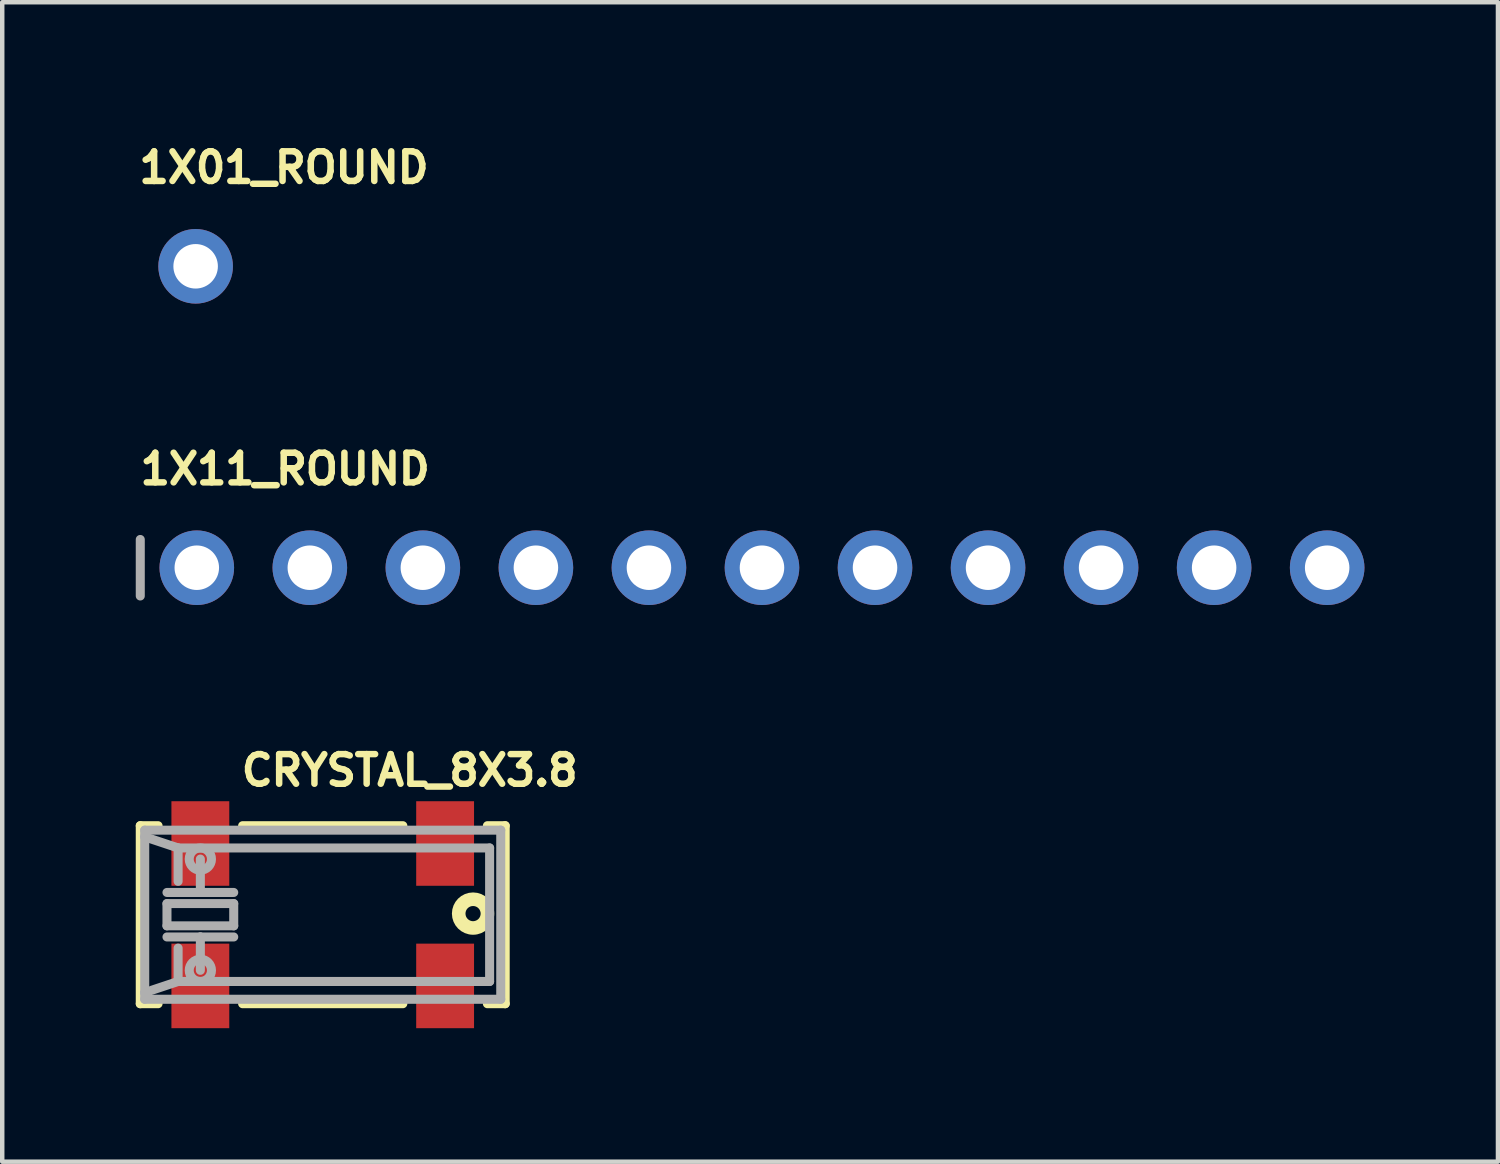
<source format=kicad_pcb>
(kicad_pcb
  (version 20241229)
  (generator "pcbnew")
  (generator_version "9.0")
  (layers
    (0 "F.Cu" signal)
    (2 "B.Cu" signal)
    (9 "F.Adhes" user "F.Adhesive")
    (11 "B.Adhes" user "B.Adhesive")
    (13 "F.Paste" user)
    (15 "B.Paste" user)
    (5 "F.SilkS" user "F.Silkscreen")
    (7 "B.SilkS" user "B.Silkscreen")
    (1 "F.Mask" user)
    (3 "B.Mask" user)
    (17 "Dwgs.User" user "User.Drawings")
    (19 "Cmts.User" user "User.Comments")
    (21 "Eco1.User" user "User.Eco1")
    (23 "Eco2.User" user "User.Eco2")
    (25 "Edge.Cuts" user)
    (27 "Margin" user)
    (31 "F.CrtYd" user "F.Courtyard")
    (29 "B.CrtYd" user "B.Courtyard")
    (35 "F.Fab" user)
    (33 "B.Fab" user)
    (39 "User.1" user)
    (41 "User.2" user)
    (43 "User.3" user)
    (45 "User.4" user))
  (footprint "CRYSTAL_8X3.8"
    (layer "F.Cu")
    (at 4.202 17.504)
    (property "Reference" "CRYSTAL_8X3.8" (at -1.9 -2.854 0) (unlocked yes) (layer "F.SilkS") (effects (font (size 0.666 0.666) (thickness 0.146)) (justify left bottom)))
    (fp_line (start -4.1 -2) (end -4.1 2) (stroke (width 0.203) (type solid)) (layer "F.SilkS"))
    (fp_line (start -4.1 2) (end -3.7 2) (stroke (width 0.203) (type solid)) (layer "F.SilkS"))
    (fp_line (start -3.7 -2) (end -4.1 -2) (stroke (width 0.203) (type solid)) (layer "F.SilkS"))
    (fp_line (start -1.8 -2) (end 1.8 -2) (stroke (width 0.203) (type solid)) (layer "F.SilkS"))
    (fp_line (start -1.8 2) (end 1.8 2) (stroke (width 0.203) (type solid)) (layer "F.SilkS"))
    (fp_line (start 3.7 -2) (end 4.1 -2) (stroke (width 0.203) (type solid)) (layer "F.SilkS"))
    (fp_line (start 4.1 -2) (end 4.1 2) (stroke (width 0.203) (type solid)) (layer "F.SilkS"))
    (fp_line (start 4.1 2) (end 3.7 2) (stroke (width 0.203) (type solid)) (layer "F.SilkS"))
    (fp_circle (center 3.378 -0.025) (end 3.701 -0.025) (stroke (width 0.305) (type solid)) (fill no) (layer "F.SilkS"))
    (fp_line (start -4 -1.9) (end 4 -1.9) (stroke (width 0.203) (type solid)) (layer "F.Fab"))
    (fp_line (start -4 -1.75) (end -4 -1.9) (stroke (width 0.203) (type solid)) (layer "F.Fab"))
    (fp_line (start -4 -1.75) (end -3.25 -1.5) (stroke (width 0.203) (type solid)) (layer "F.Fab"))
    (fp_line (start -4 1.75) (end -4 -1.75) (stroke (width 0.203) (type solid)) (layer "F.Fab"))
    (fp_line (start -4 1.75) (end -3.25 1.5) (stroke (width 0.203) (type solid)) (layer "F.Fab"))
    (fp_line (start -4 1.9) (end -4 1.75) (stroke (width 0.203) (type solid)) (layer "F.Fab"))
    (fp_line (start -3.5 -0.5) (end -2.75 -0.5) (stroke (width 0.203) (type solid)) (layer "F.Fab"))
    (fp_line (start -3.5 -0.25) (end -2 -0.25) (stroke (width 0.203) (type solid)) (layer "F.Fab"))
    (fp_line (start -3.5 0.25) (end -3.5 -0.25) (stroke (width 0.203) (type solid)) (layer "F.Fab"))
    (fp_line (start -3.5 0.5) (end -2.75 0.5) (stroke (width 0.203) (type solid)) (layer "F.Fab"))
    (fp_line (start -3.25 -1.5) (end -3.25 -0.75) (stroke (width 0.203) (type solid)) (layer "F.Fab"))
    (fp_line (start -3.25 -1.5) (end 3.75 -1.5) (stroke (width 0.203) (type solid)) (layer "F.Fab"))
    (fp_line (start -3.25 1.5) (end -3.25 0.75) (stroke (width 0.203) (type solid)) (layer "F.Fab"))
    (fp_line (start -2.75 -0.5) (end -2.75 -1.25) (stroke (width 0.203) (type solid)) (layer "F.Fab"))
    (fp_line (start -2.75 -0.5) (end -2 -0.5) (stroke (width 0.203) (type solid)) (layer "F.Fab"))
    (fp_line (start -2.75 0.5) (end -2.75 1.25) (stroke (width 0.203) (type solid)) (layer "F.Fab"))
    (fp_line (start -2.75 0.5) (end -2 0.5) (stroke (width 0.203) (type solid)) (layer "F.Fab"))
    (fp_line (start -2 -0.25) (end -2 0.25) (stroke (width 0.203) (type solid)) (layer "F.Fab"))
    (fp_line (start -2 0.25) (end -3.5 0.25) (stroke (width 0.203) (type solid)) (layer "F.Fab"))
    (fp_line (start 3.75 -1.5) (end 3.75 1.5) (stroke (width 0.203) (type solid)) (layer "F.Fab"))
    (fp_line (start 3.75 1.5) (end -3.25 1.5) (stroke (width 0.203) (type solid)) (layer "F.Fab"))
    (fp_line (start 4 -1.9) (end 4 1.9) (stroke (width 0.203) (type solid)) (layer "F.Fab"))
    (fp_line (start 4 1.9) (end -4 1.9) (stroke (width 0.203) (type solid)) (layer "F.Fab"))
    (fp_circle (center -2.75 -1.25) (end -2.5 -1.25) (stroke (width 0.203) (type solid)) (fill no) (layer "F.Fab"))
    (fp_circle (center -2.75 1.25) (end -2.5 1.25) (stroke (width 0.203) (type solid)) (fill no) (layer "F.Fab"))
    (pad "P$1" smd rect (at -2.75 1.6) (size 1.3 1.9) (layers "F.Cu" "F.Mask" "F.Paste"))
    (pad "P$2" smd rect (at 2.75 1.6) (size 1.3 1.9) (layers "F.Cu" "F.Mask" "F.Paste"))
    (pad "P$3" smd rect (at 2.75 -1.6) (size 1.3 1.9) (layers "F.Cu" "F.Mask" "F.Paste"))
    (pad "P$4" smd rect (at -2.75 -1.6) (size 1.3 1.9) (layers "F.Cu" "F.Mask" "F.Paste")))
  (footprint "1X01_ROUND"
    (layer "F.Cu")
    (at 1.346 2.934)
    (property "Reference" "1X01_ROUND" (at -1.346 -1.829 0) (unlocked yes) (layer "F.SilkS") (effects (font (size 0.666 0.666) (thickness 0.146)) (justify left bottom)))
    (fp_poly (pts (xy -0.254 0.254) (xy 0.254 0.254) (xy 0.254 -0.254) (xy -0.254 -0.254)) (stroke (width 0.1) (type default)) (fill no) (layer "F.Fab"))
    (pad "1" thru_hole circle (at 0 0 90) (size 1.676 1.676) (drill 1) (layers "*.Cu" "*.Mask")))
  (footprint "1X11_ROUND"
    (layer "F.Cu")
    (at 14.072 9.707)
    (property "Reference" "1X11_ROUND" (at -14.046 -1.829 0) (unlocked yes) (layer "F.SilkS") (effects (font (size 0.666 0.666) (thickness 0.146)) (justify left bottom)))
    (fp_line (start -13.97 -0.635) (end -13.97 0.635) (stroke (width 0.203) (type solid)) (layer "F.Fab"))
    (fp_poly (pts (xy -12.954 0.254) (xy -12.446 0.254) (xy -12.446 -0.254) (xy -12.954 -0.254)) (stroke (width 0.1) (type default)) (fill no) (layer "F.Fab"))
    (fp_poly (pts (xy -10.414 0.254) (xy -9.906 0.254) (xy -9.906 -0.254) (xy -10.414 -0.254)) (stroke (width 0.1) (type default)) (fill no) (layer "F.Fab"))
    (fp_poly (pts (xy -7.874 0.254) (xy -7.366 0.254) (xy -7.366 -0.254) (xy -7.874 -0.254)) (stroke (width 0.1) (type default)) (fill no) (layer "F.Fab"))
    (fp_poly (pts (xy -5.334 0.254) (xy -4.826 0.254) (xy -4.826 -0.254) (xy -5.334 -0.254)) (stroke (width 0.1) (type default)) (fill no) (layer "F.Fab"))
    (fp_poly (pts (xy -2.794 0.254) (xy -2.286 0.254) (xy -2.286 -0.254) (xy -2.794 -0.254)) (stroke (width 0.1) (type default)) (fill no) (layer "F.Fab"))
    (fp_poly (pts (xy -0.254 0.254) (xy 0.254 0.254) (xy 0.254 -0.254) (xy -0.254 -0.254)) (stroke (width 0.1) (type default)) (fill no) (layer "F.Fab"))
    (fp_poly (pts (xy 2.286 0.254) (xy 2.794 0.254) (xy 2.794 -0.254) (xy 2.286 -0.254)) (stroke (width 0.1) (type default)) (fill no) (layer "F.Fab"))
    (fp_poly (pts (xy 4.826 0.254) (xy 5.334 0.254) (xy 5.334 -0.254) (xy 4.826 -0.254)) (stroke (width 0.1) (type default)) (fill no) (layer "F.Fab"))
    (fp_poly (pts (xy 7.366 0.254) (xy 7.874 0.254) (xy 7.874 -0.254) (xy 7.366 -0.254)) (stroke (width 0.1) (type default)) (fill no) (layer "F.Fab"))
    (fp_poly (pts (xy 9.906 0.254) (xy 10.414 0.254) (xy 10.414 -0.254) (xy 9.906 -0.254)) (stroke (width 0.1) (type default)) (fill no) (layer "F.Fab"))
    (fp_poly (pts (xy 12.446 0.254) (xy 12.954 0.254) (xy 12.954 -0.254) (xy 12.446 -0.254)) (stroke (width 0.1) (type default)) (fill no) (layer "F.Fab"))
    (pad "1" thru_hole circle (at -12.7 0 90) (size 1.676 1.676) (drill 1) (layers "*.Cu" "*.Mask"))
    (pad "2" thru_hole circle (at -10.16 0 90) (size 1.676 1.676) (drill 1) (layers "*.Cu" "*.Mask"))
    (pad "3" thru_hole circle (at -7.62 0 90) (size 1.676 1.676) (drill 1) (layers "*.Cu" "*.Mask"))
    (pad "4" thru_hole circle (at -5.08 0 90) (size 1.676 1.676) (drill 1) (layers "*.Cu" "*.Mask"))
    (pad "5" thru_hole circle (at -2.54 0 90) (size 1.676 1.676) (drill 1) (layers "*.Cu" "*.Mask"))
    (pad "6" thru_hole circle (at 0 0 90) (size 1.676 1.676) (drill 1) (layers "*.Cu" "*.Mask"))
    (pad "7" thru_hole circle (at 2.54 0 90) (size 1.676 1.676) (drill 1) (layers "*.Cu" "*.Mask"))
    (pad "8" thru_hole circle (at 5.08 0 90) (size 1.676 1.676) (drill 1) (layers "*.Cu" "*.Mask"))
    (pad "9" thru_hole circle (at 7.62 0 90) (size 1.676 1.676) (drill 1) (layers "*.Cu" "*.Mask"))
    (pad "10" thru_hole circle (at 10.16 0 90) (size 1.676 1.676) (drill 1) (layers "*.Cu" "*.Mask"))
    (pad "11" thru_hole circle (at 12.7 0 90) (size 1.676 1.676) (drill 1) (layers "*.Cu" "*.Mask")))
  (gr_rect
    (start -3 -3)
    (end 30.61 23.054)
    (stroke (width 0.1) (type default))
    (fill no)
    (layer "Edge.Cuts")))
</source>
